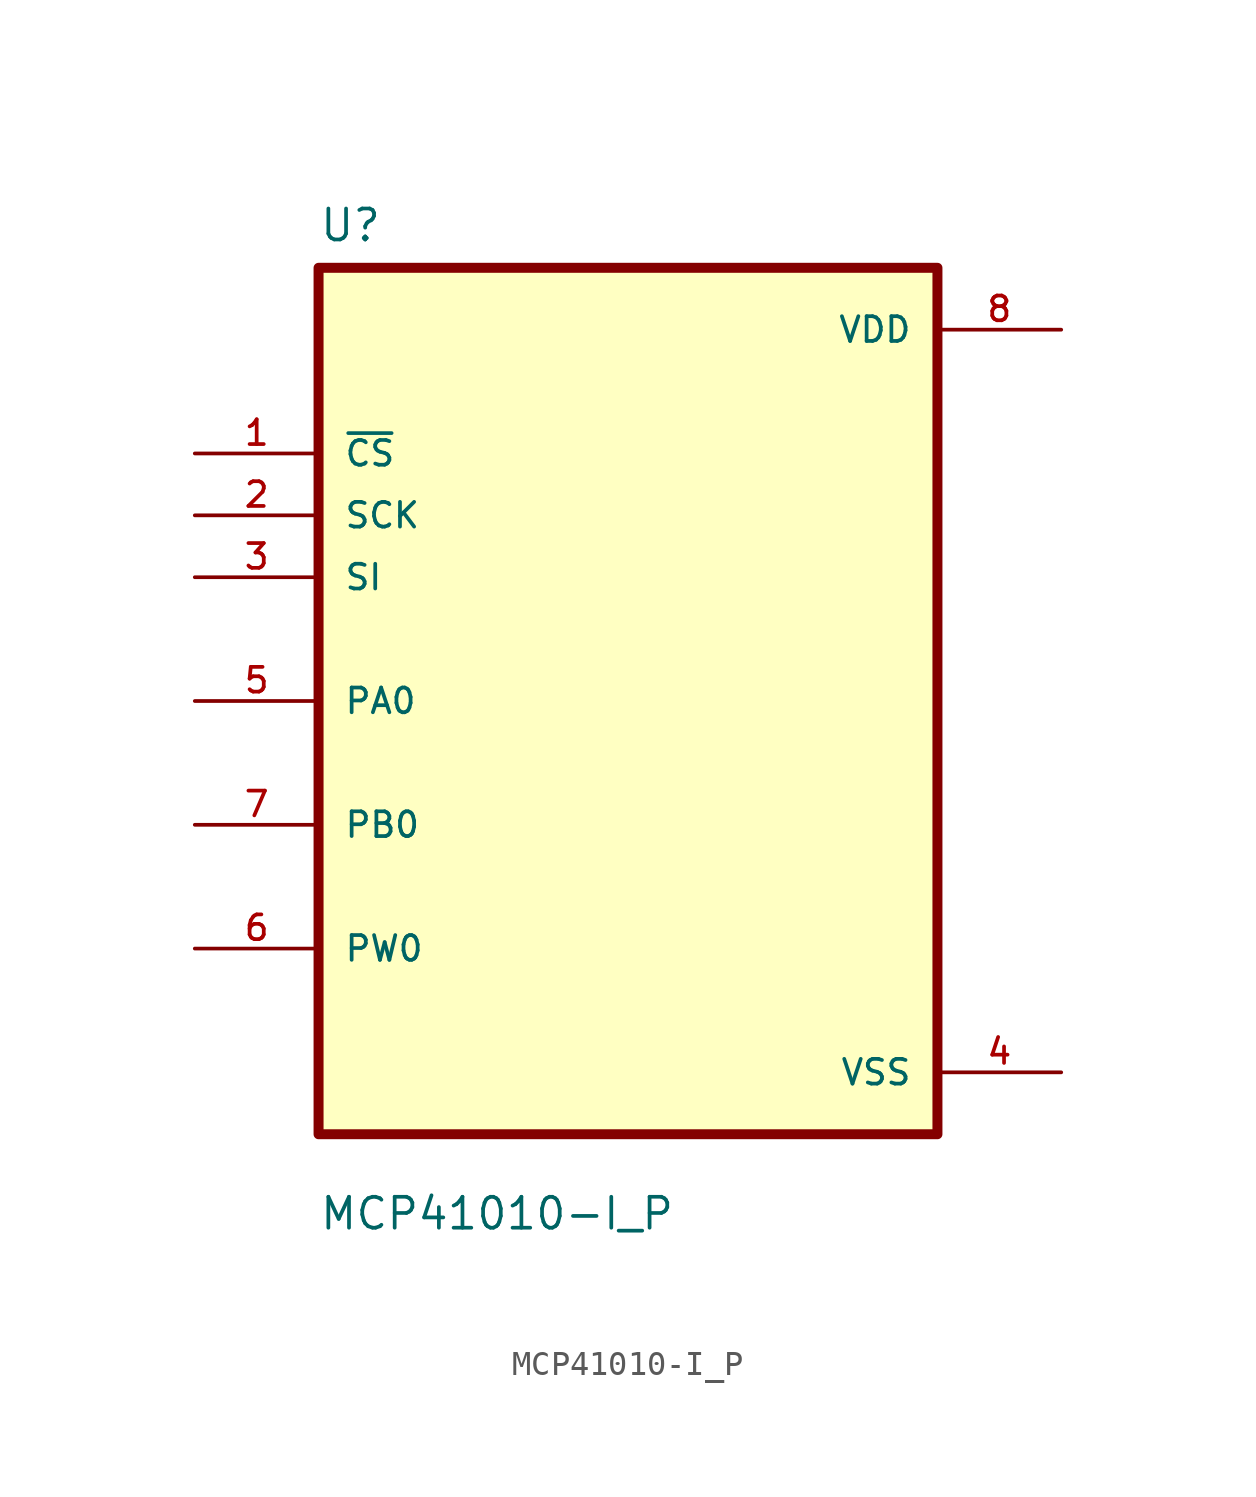
<source format=kicad_sym>
(kicad_symbol_lib
  (version 20211014)
  (generator kicad_symbol_editor)
  (symbol "MCP41010-I_P"
    (pin_names
      (offset 1.016))
    (property "Reference" "U"
      (at -12.7 18.78 0.0)
      (effects (font (size 1.27 1.27)) (justify bottom left)))
    (property "Value" "MCP41010-I_P"
      (at -12.7 -21.78 0.0)
      (effects (font (size 1.27 1.27)) (justify bottom left)))
    (symbol "MCP41010-I_P_0_0"
      (rectangle (start -12.7 -17.78) (end 12.7 17.78) (stroke (width 0.41)) (fill (type background)))
      (pin input line (at -17.78 10.16 0) (length 5.08) (name "~{CS}" (effects (font (size 1.016 1.016)))) (number "1" (effects (font (size 1.016 1.016)))))
      (pin input line (at -17.78 7.62 0) (length 5.08) (name "SCK" (effects (font (size 1.016 1.016)))) (number "2" (effects (font (size 1.016 1.016)))))
      (pin input line (at -17.78 5.08 0) (length 5.08) (name "SI" (effects (font (size 1.016 1.016)))) (number "3" (effects (font (size 1.016 1.016)))))
      (pin bidirectional line (at -17.78 0.0 0) (length 5.08) (name "PA0" (effects (font (size 1.016 1.016)))) (number "5" (effects (font (size 1.016 1.016)))))
      (pin bidirectional line (at -17.78 -5.08 0) (length 5.08) (name "PB0" (effects (font (size 1.016 1.016)))) (number "7" (effects (font (size 1.016 1.016)))))
      (pin bidirectional line (at -17.78 -10.16 0) (length 5.08) (name "PW0" (effects (font (size 1.016 1.016)))) (number "6" (effects (font (size 1.016 1.016)))))
      (pin power_in line (at 17.78 15.24 180.0) (length 5.08) (name "VDD" (effects (font (size 1.016 1.016)))) (number "8" (effects (font (size 1.016 1.016)))))
      (pin power_in line (at 17.78 -15.24 180.0) (length 5.08) (name "VSS" (effects (font (size 1.016 1.016)))) (number "4" (effects (font (size 1.016 1.016))))))))
</source>
